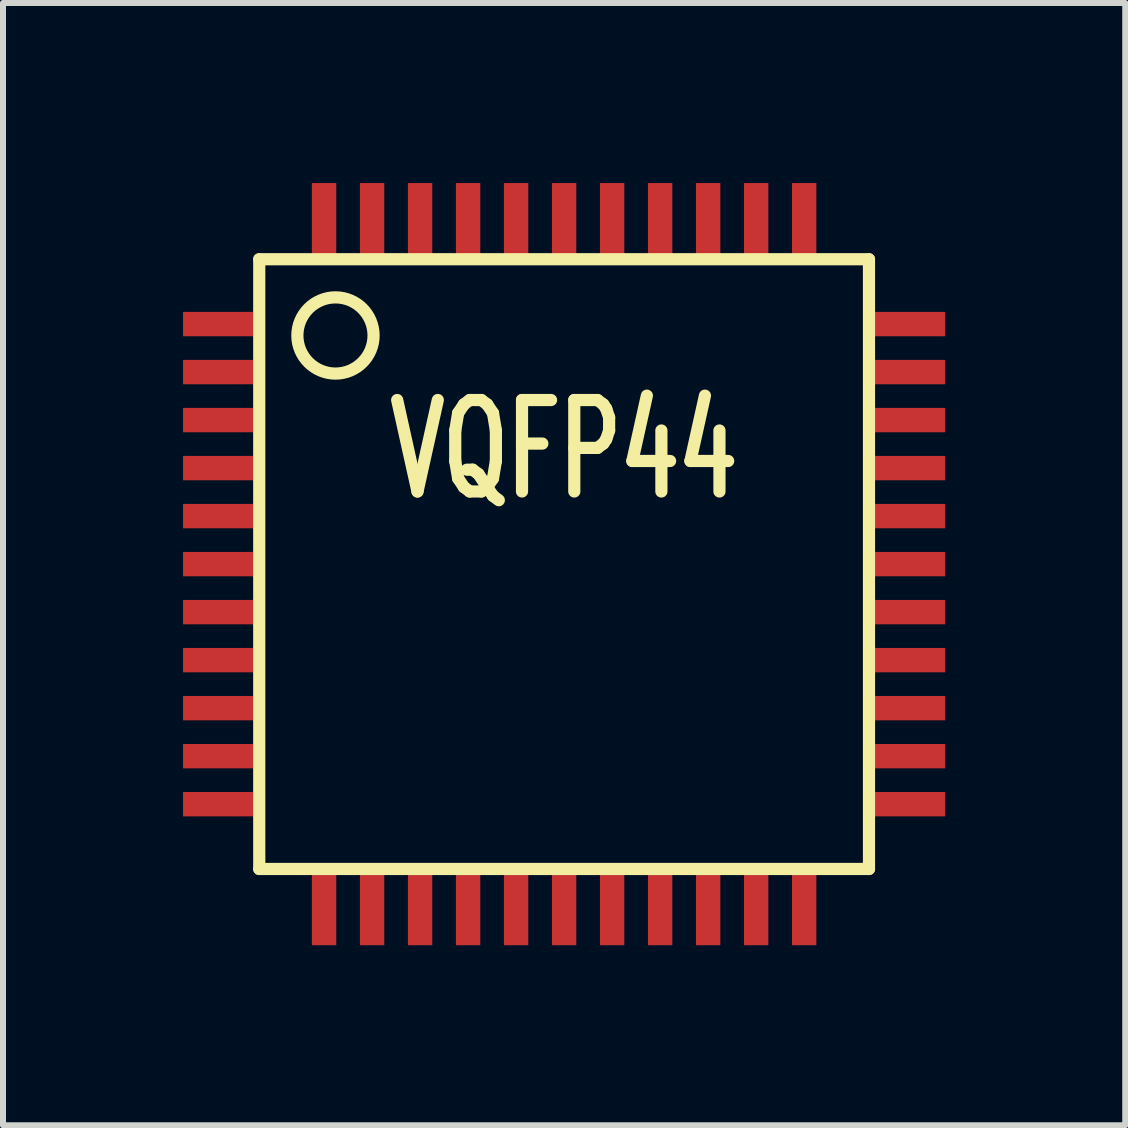
<source format=kicad_pcb>
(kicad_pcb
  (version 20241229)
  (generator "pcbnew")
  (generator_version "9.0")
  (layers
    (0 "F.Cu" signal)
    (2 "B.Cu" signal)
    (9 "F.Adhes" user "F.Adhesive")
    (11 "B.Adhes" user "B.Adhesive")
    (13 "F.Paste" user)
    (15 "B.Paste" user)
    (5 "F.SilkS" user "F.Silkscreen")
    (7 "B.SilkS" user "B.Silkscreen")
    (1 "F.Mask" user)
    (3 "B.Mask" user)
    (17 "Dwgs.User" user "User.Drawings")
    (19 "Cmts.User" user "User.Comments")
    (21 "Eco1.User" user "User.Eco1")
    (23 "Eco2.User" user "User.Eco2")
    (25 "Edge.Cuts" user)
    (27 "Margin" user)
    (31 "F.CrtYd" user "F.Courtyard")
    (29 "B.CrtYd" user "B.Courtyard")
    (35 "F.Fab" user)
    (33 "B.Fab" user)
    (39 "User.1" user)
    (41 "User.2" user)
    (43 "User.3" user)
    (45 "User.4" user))
  (footprint "VQFP44"
    (layer "F.Cu")
    (at 6.35 6.35)
    (property "Reference" "VQFP44" (at 0 -1.905 0) (layer "F.SilkS") (effects (font (size 1.524 1.016) (thickness 0.203))))
    (attr smd)
    (fp_line (start -5.08 -5.08) (end 5.08 -5.08) (stroke (width 0.203) (type solid)) (layer "F.SilkS"))
    (fp_line (start -5.08 5.08) (end -5.08 -5.08) (stroke (width 0.203) (type solid)) (layer "F.SilkS"))
    (fp_line (start 5.08 -5.08) (end 5.08 5.08) (stroke (width 0.203) (type solid)) (layer "F.SilkS"))
    (fp_line (start 5.08 5.08) (end -5.08 5.08) (stroke (width 0.203) (type solid)) (layer "F.SilkS"))
    (fp_circle (center -3.81 -3.81) (end -3.81 -3.175) (stroke (width 0.203) (type solid)) (fill no) (layer "F.SilkS"))
    (pad "1" smd rect (at -5.715 -4) (size 1.27 0.406) (layers "F.Cu" "F.Mask" "F.Paste"))
    (pad "2" smd rect (at -5.715 -3.2) (size 1.27 0.406) (layers "F.Cu" "F.Mask" "F.Paste"))
    (pad "3" smd rect (at -5.715 -2.4) (size 1.27 0.406) (layers "F.Cu" "F.Mask" "F.Paste"))
    (pad "4" smd rect (at -5.715 -1.6) (size 1.27 0.406) (layers "F.Cu" "F.Mask" "F.Paste"))
    (pad "5" smd rect (at -5.715 -0.8) (size 1.27 0.406) (layers "F.Cu" "F.Mask" "F.Paste"))
    (pad "6" smd rect (at -5.715 0) (size 1.27 0.406) (layers "F.Cu" "F.Mask" "F.Paste"))
    (pad "7" smd rect (at -5.715 0.8) (size 1.27 0.406) (layers "F.Cu" "F.Mask" "F.Paste"))
    (pad "8" smd rect (at -5.715 1.6) (size 1.27 0.406) (layers "F.Cu" "F.Mask" "F.Paste"))
    (pad "9" smd rect (at -5.715 2.4) (size 1.27 0.406) (layers "F.Cu" "F.Mask" "F.Paste"))
    (pad "10" smd rect (at -5.715 3.2) (size 1.27 0.406) (layers "F.Cu" "F.Mask" "F.Paste"))
    (pad "11" smd rect (at -5.715 4) (size 1.27 0.406) (layers "F.Cu" "F.Mask" "F.Paste"))
    (pad "12" smd rect (at -4 5.715) (size 0.406 1.27) (layers "F.Cu" "F.Mask" "F.Paste"))
    (pad "13" smd rect (at -3.2 5.715) (size 0.406 1.27) (layers "F.Cu" "F.Mask" "F.Paste"))
    (pad "14" smd rect (at -2.4 5.715) (size 0.406 1.27) (layers "F.Cu" "F.Mask" "F.Paste"))
    (pad "15" smd rect (at -1.6 5.715) (size 0.406 1.27) (layers "F.Cu" "F.Mask" "F.Paste"))
    (pad "16" smd rect (at -0.8 5.715) (size 0.406 1.27) (layers "F.Cu" "F.Mask" "F.Paste"))
    (pad "17" smd rect (at 0 5.715) (size 0.406 1.27) (layers "F.Cu" "F.Mask" "F.Paste"))
    (pad "18" smd rect (at 0.8 5.715) (size 0.406 1.27) (layers "F.Cu" "F.Mask" "F.Paste"))
    (pad "19" smd rect (at 1.6 5.715) (size 0.406 1.27) (layers "F.Cu" "F.Mask" "F.Paste"))
    (pad "20" smd rect (at 2.4 5.715) (size 0.406 1.27) (layers "F.Cu" "F.Mask" "F.Paste"))
    (pad "21" smd rect (at 3.2 5.715) (size 0.406 1.27) (layers "F.Cu" "F.Mask" "F.Paste"))
    (pad "22" smd rect (at 4 5.715) (size 0.406 1.27) (layers "F.Cu" "F.Mask" "F.Paste"))
    (pad "23" smd rect (at 5.715 4) (size 1.27 0.406) (layers "F.Cu" "F.Mask" "F.Paste"))
    (pad "24" smd rect (at 5.715 3.2) (size 1.27 0.406) (layers "F.Cu" "F.Mask" "F.Paste"))
    (pad "25" smd rect (at 5.715 2.4) (size 1.27 0.406) (layers "F.Cu" "F.Mask" "F.Paste"))
    (pad "26" smd rect (at 5.715 1.6) (size 1.27 0.406) (layers "F.Cu" "F.Mask" "F.Paste"))
    (pad "27" smd rect (at 5.715 0.8) (size 1.27 0.406) (layers "F.Cu" "F.Mask" "F.Paste"))
    (pad "28" smd rect (at 5.715 0) (size 1.27 0.406) (layers "F.Cu" "F.Mask" "F.Paste"))
    (pad "29" smd rect (at 5.715 -0.8) (size 1.27 0.406) (layers "F.Cu" "F.Mask" "F.Paste"))
    (pad "30" smd rect (at 5.715 -1.6) (size 1.27 0.406) (layers "F.Cu" "F.Mask" "F.Paste"))
    (pad "31" smd rect (at 5.715 -2.4) (size 1.27 0.406) (layers "F.Cu" "F.Mask" "F.Paste"))
    (pad "32" smd rect (at 5.715 -3.2) (size 1.27 0.406) (layers "F.Cu" "F.Mask" "F.Paste"))
    (pad "33" smd rect (at 5.715 -4) (size 1.27 0.406) (layers "F.Cu" "F.Mask" "F.Paste"))
    (pad "34" smd rect (at 4 -5.715 90) (size 1.27 0.406) (layers "F.Cu" "F.Mask" "F.Paste"))
    (pad "35" smd rect (at 3.2 -5.715 90) (size 1.27 0.406) (layers "F.Cu" "F.Mask" "F.Paste"))
    (pad "36" smd rect (at 2.4 -5.715 90) (size 1.27 0.406) (layers "F.Cu" "F.Mask" "F.Paste"))
    (pad "37" smd rect (at 1.6 -5.715 90) (size 1.27 0.406) (layers "F.Cu" "F.Mask" "F.Paste"))
    (pad "38" smd rect (at 0.8 -5.715 90) (size 1.27 0.406) (layers "F.Cu" "F.Mask" "F.Paste"))
    (pad "39" smd rect (at 0 -5.715 90) (size 1.27 0.406) (layers "F.Cu" "F.Mask" "F.Paste"))
    (pad "40" smd rect (at -0.8 -5.715 90) (size 1.27 0.406) (layers "F.Cu" "F.Mask" "F.Paste"))
    (pad "41" smd rect (at -1.6 -5.715 90) (size 1.27 0.406) (layers "F.Cu" "F.Mask" "F.Paste"))
    (pad "42" smd rect (at -2.4 -5.715 90) (size 1.27 0.406) (layers "F.Cu" "F.Mask" "F.Paste"))
    (pad "43" smd rect (at -3.2 -5.715 90) (size 1.27 0.406) (layers "F.Cu" "F.Mask" "F.Paste"))
    (pad "44" smd rect (at -4 -5.715 90) (size 1.27 0.406) (layers "F.Cu" "F.Mask" "F.Paste")))
  (gr_rect
    (start -3 -3)
    (end 15.7 15.7)
    (stroke (width 0.1) (type default))
    (fill no)
    (layer "Edge.Cuts")))
</source>
